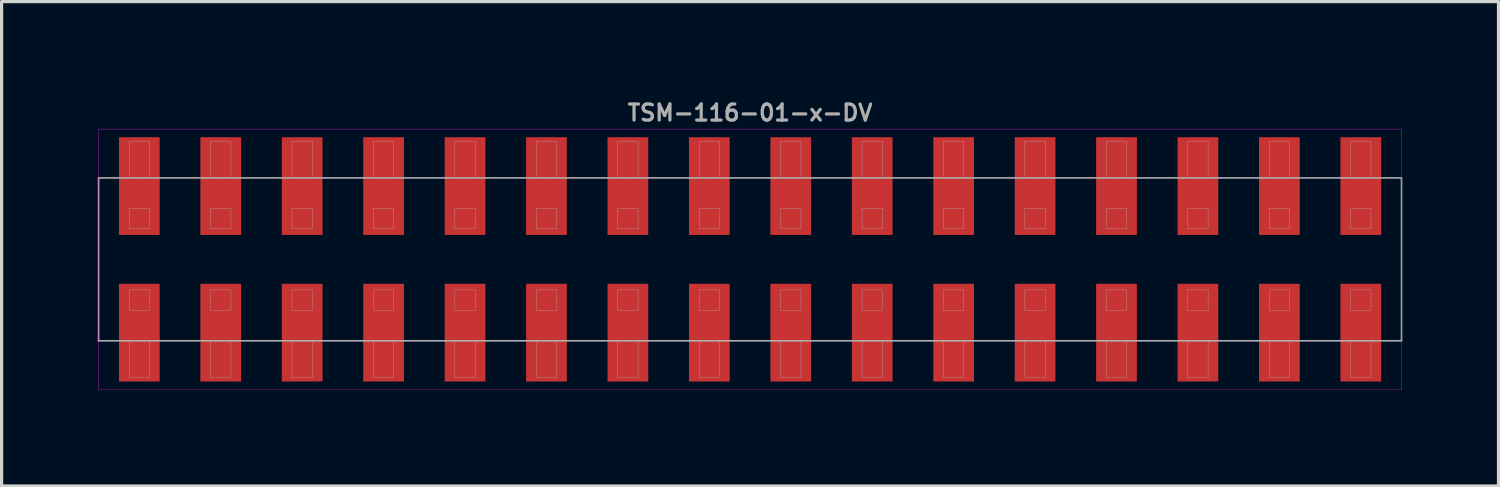
<source format=kicad_pcb>
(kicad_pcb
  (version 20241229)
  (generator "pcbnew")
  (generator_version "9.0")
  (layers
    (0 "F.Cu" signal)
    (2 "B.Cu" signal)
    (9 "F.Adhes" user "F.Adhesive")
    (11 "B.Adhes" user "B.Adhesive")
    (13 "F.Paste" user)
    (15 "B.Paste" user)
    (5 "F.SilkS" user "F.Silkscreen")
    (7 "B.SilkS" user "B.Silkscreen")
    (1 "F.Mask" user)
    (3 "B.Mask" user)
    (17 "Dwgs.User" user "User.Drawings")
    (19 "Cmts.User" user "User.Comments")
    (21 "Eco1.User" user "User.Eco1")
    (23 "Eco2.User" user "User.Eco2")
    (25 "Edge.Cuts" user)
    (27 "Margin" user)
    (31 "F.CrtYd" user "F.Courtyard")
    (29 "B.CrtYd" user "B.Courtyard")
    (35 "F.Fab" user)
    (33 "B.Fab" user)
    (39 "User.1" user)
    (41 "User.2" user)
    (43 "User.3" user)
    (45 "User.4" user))
  (footprint "TSM-116-01-x-DV"
    (layer "F.Cu")
    (at 20.345 5.04)
    (property "Reference" "TSM-116-01-x-DV" (at 0 -4.572 0) (layer "F.Fab") (effects (font (size 0.5 0.5) (thickness 0.1))))
    (attr smd)
    (fp_line (start -20.32 -4.064) (end -20.32 4.064) (stroke (width 0.01) (type solid)) (layer "F.CrtYd"))
    (fp_line (start -20.32 4.064) (end 20.32 4.064) (stroke (width 0.01) (type solid)) (layer "F.CrtYd"))
    (fp_line (start 20.32 -4.064) (end -20.32 -4.064) (stroke (width 0.01) (type solid)) (layer "F.CrtYd"))
    (fp_line (start 20.32 4.064) (end 20.32 -4.064) (stroke (width 0.01) (type solid)) (layer "F.CrtYd"))
    (fp_line (start -20.32 -2.54) (end 20.32 -2.54) (stroke (width 0.05) (type solid)) (layer "F.Fab"))
    (fp_line (start -20.32 2.54) (end -20.32 -2.54) (stroke (width 0.05) (type solid)) (layer "F.Fab"))
    (fp_line (start -19.367 -3.683) (end -18.733 -3.683) (stroke (width 0.01) (type solid)) (layer "F.Fab"))
    (fp_line (start -19.367 -2.54) (end -19.367 -3.683) (stroke (width 0.01) (type solid)) (layer "F.Fab"))
    (fp_line (start -19.367 -1.587) (end -19.367 -0.953) (stroke (width 0.01) (type solid)) (layer "F.Fab"))
    (fp_line (start -19.367 -0.953) (end -18.733 -0.953) (stroke (width 0.01) (type solid)) (layer "F.Fab"))
    (fp_line (start -19.367 0.953) (end -19.367 1.587) (stroke (width 0.01) (type solid)) (layer "F.Fab"))
    (fp_line (start -19.367 1.587) (end -18.733 1.587) (stroke (width 0.01) (type solid)) (layer "F.Fab"))
    (fp_line (start -19.367 3.683) (end -19.367 2.54) (stroke (width 0.01) (type solid)) (layer "F.Fab"))
    (fp_line (start -18.733 -3.683) (end -18.733 -2.54) (stroke (width 0.01) (type solid)) (layer "F.Fab"))
    (fp_line (start -18.733 -1.587) (end -19.367 -1.587) (stroke (width 0.01) (type solid)) (layer "F.Fab"))
    (fp_line (start -18.733 -0.953) (end -18.733 -1.587) (stroke (width 0.01) (type solid)) (layer "F.Fab"))
    (fp_line (start -18.733 0.953) (end -19.367 0.953) (stroke (width 0.01) (type solid)) (layer "F.Fab"))
    (fp_line (start -18.733 1.587) (end -18.733 0.953) (stroke (width 0.01) (type solid)) (layer "F.Fab"))
    (fp_line (start -18.733 2.54) (end -18.733 3.683) (stroke (width 0.01) (type solid)) (layer "F.Fab"))
    (fp_line (start -18.733 3.683) (end -19.367 3.683) (stroke (width 0.01) (type solid)) (layer "F.Fab"))
    (fp_line (start -16.828 -3.683) (end -16.192 -3.683) (stroke (width 0.01) (type solid)) (layer "F.Fab"))
    (fp_line (start -16.828 -2.54) (end -16.828 -3.683) (stroke (width 0.01) (type solid)) (layer "F.Fab"))
    (fp_line (start -16.828 -1.587) (end -16.828 -0.953) (stroke (width 0.01) (type solid)) (layer "F.Fab"))
    (fp_line (start -16.828 -0.953) (end -16.192 -0.953) (stroke (width 0.01) (type solid)) (layer "F.Fab"))
    (fp_line (start -16.828 0.953) (end -16.828 1.587) (stroke (width 0.01) (type solid)) (layer "F.Fab"))
    (fp_line (start -16.828 1.587) (end -16.192 1.587) (stroke (width 0.01) (type solid)) (layer "F.Fab"))
    (fp_line (start -16.828 3.683) (end -16.828 2.54) (stroke (width 0.01) (type solid)) (layer "F.Fab"))
    (fp_line (start -16.192 -3.683) (end -16.192 -2.54) (stroke (width 0.01) (type solid)) (layer "F.Fab"))
    (fp_line (start -16.192 -1.587) (end -16.828 -1.587) (stroke (width 0.01) (type solid)) (layer "F.Fab"))
    (fp_line (start -16.192 -0.953) (end -16.192 -1.587) (stroke (width 0.01) (type solid)) (layer "F.Fab"))
    (fp_line (start -16.192 0.953) (end -16.828 0.953) (stroke (width 0.01) (type solid)) (layer "F.Fab"))
    (fp_line (start -16.192 1.587) (end -16.192 0.953) (stroke (width 0.01) (type solid)) (layer "F.Fab"))
    (fp_line (start -16.192 2.54) (end -16.192 3.683) (stroke (width 0.01) (type solid)) (layer "F.Fab"))
    (fp_line (start -16.192 3.683) (end -16.828 3.683) (stroke (width 0.01) (type solid)) (layer "F.Fab"))
    (fp_line (start -14.287 -3.683) (end -13.652 -3.683) (stroke (width 0.01) (type solid)) (layer "F.Fab"))
    (fp_line (start -14.287 -2.54) (end -14.287 -3.683) (stroke (width 0.01) (type solid)) (layer "F.Fab"))
    (fp_line (start -14.287 -1.587) (end -14.287 -0.953) (stroke (width 0.01) (type solid)) (layer "F.Fab"))
    (fp_line (start -14.287 -0.953) (end -13.652 -0.953) (stroke (width 0.01) (type solid)) (layer "F.Fab"))
    (fp_line (start -14.287 0.953) (end -14.287 1.587) (stroke (width 0.01) (type solid)) (layer "F.Fab"))
    (fp_line (start -14.287 1.587) (end -13.652 1.587) (stroke (width 0.01) (type solid)) (layer "F.Fab"))
    (fp_line (start -14.287 3.683) (end -14.287 2.54) (stroke (width 0.01) (type solid)) (layer "F.Fab"))
    (fp_line (start -13.652 -3.683) (end -13.652 -2.54) (stroke (width 0.01) (type solid)) (layer "F.Fab"))
    (fp_line (start -13.652 -1.587) (end -14.287 -1.587) (stroke (width 0.01) (type solid)) (layer "F.Fab"))
    (fp_line (start -13.652 -0.953) (end -13.652 -1.587) (stroke (width 0.01) (type solid)) (layer "F.Fab"))
    (fp_line (start -13.652 0.953) (end -14.287 0.953) (stroke (width 0.01) (type solid)) (layer "F.Fab"))
    (fp_line (start -13.652 1.587) (end -13.652 0.953) (stroke (width 0.01) (type solid)) (layer "F.Fab"))
    (fp_line (start -13.652 2.54) (end -13.652 3.683) (stroke (width 0.01) (type solid)) (layer "F.Fab"))
    (fp_line (start -13.652 3.683) (end -14.287 3.683) (stroke (width 0.01) (type solid)) (layer "F.Fab"))
    (fp_line (start -11.748 -3.683) (end -11.113 -3.683) (stroke (width 0.01) (type solid)) (layer "F.Fab"))
    (fp_line (start -11.748 -2.54) (end -11.748 -3.683) (stroke (width 0.01) (type solid)) (layer "F.Fab"))
    (fp_line (start -11.748 -1.587) (end -11.748 -0.953) (stroke (width 0.01) (type solid)) (layer "F.Fab"))
    (fp_line (start -11.748 -0.953) (end -11.113 -0.953) (stroke (width 0.01) (type solid)) (layer "F.Fab"))
    (fp_line (start -11.748 0.953) (end -11.748 1.587) (stroke (width 0.01) (type solid)) (layer "F.Fab"))
    (fp_line (start -11.748 1.587) (end -11.113 1.587) (stroke (width 0.01) (type solid)) (layer "F.Fab"))
    (fp_line (start -11.748 3.683) (end -11.748 2.54) (stroke (width 0.01) (type solid)) (layer "F.Fab"))
    (fp_line (start -11.113 -3.683) (end -11.113 -2.54) (stroke (width 0.01) (type solid)) (layer "F.Fab"))
    (fp_line (start -11.113 -1.587) (end -11.748 -1.587) (stroke (width 0.01) (type solid)) (layer "F.Fab"))
    (fp_line (start -11.113 -0.953) (end -11.113 -1.587) (stroke (width 0.01) (type solid)) (layer "F.Fab"))
    (fp_line (start -11.113 0.953) (end -11.748 0.953) (stroke (width 0.01) (type solid)) (layer "F.Fab"))
    (fp_line (start -11.113 1.587) (end -11.113 0.953) (stroke (width 0.01) (type solid)) (layer "F.Fab"))
    (fp_line (start -11.113 2.54) (end -11.113 3.683) (stroke (width 0.01) (type solid)) (layer "F.Fab"))
    (fp_line (start -11.113 3.683) (end -11.748 3.683) (stroke (width 0.01) (type solid)) (layer "F.Fab"))
    (fp_line (start -9.207 -3.683) (end -8.572 -3.683) (stroke (width 0.01) (type solid)) (layer "F.Fab"))
    (fp_line (start -9.207 -2.54) (end -9.207 -3.683) (stroke (width 0.01) (type solid)) (layer "F.Fab"))
    (fp_line (start -9.207 -1.587) (end -9.207 -0.953) (stroke (width 0.01) (type solid)) (layer "F.Fab"))
    (fp_line (start -9.207 -0.953) (end -8.572 -0.953) (stroke (width 0.01) (type solid)) (layer "F.Fab"))
    (fp_line (start -9.207 0.953) (end -9.207 1.587) (stroke (width 0.01) (type solid)) (layer "F.Fab"))
    (fp_line (start -9.207 1.587) (end -8.572 1.587) (stroke (width 0.01) (type solid)) (layer "F.Fab"))
    (fp_line (start -9.207 3.683) (end -9.207 2.54) (stroke (width 0.01) (type solid)) (layer "F.Fab"))
    (fp_line (start -8.572 -3.683) (end -8.572 -2.54) (stroke (width 0.01) (type solid)) (layer "F.Fab"))
    (fp_line (start -8.572 -1.587) (end -9.207 -1.587) (stroke (width 0.01) (type solid)) (layer "F.Fab"))
    (fp_line (start -8.572 -0.953) (end -8.572 -1.587) (stroke (width 0.01) (type solid)) (layer "F.Fab"))
    (fp_line (start -8.572 0.953) (end -9.207 0.953) (stroke (width 0.01) (type solid)) (layer "F.Fab"))
    (fp_line (start -8.572 1.587) (end -8.572 0.953) (stroke (width 0.01) (type solid)) (layer "F.Fab"))
    (fp_line (start -8.572 2.54) (end -8.572 3.683) (stroke (width 0.01) (type solid)) (layer "F.Fab"))
    (fp_line (start -8.572 3.683) (end -9.207 3.683) (stroke (width 0.01) (type solid)) (layer "F.Fab"))
    (fp_line (start -6.668 -3.683) (end -6.032 -3.683) (stroke (width 0.01) (type solid)) (layer "F.Fab"))
    (fp_line (start -6.668 -2.54) (end -6.668 -3.683) (stroke (width 0.01) (type solid)) (layer "F.Fab"))
    (fp_line (start -6.668 -1.587) (end -6.668 -0.953) (stroke (width 0.01) (type solid)) (layer "F.Fab"))
    (fp_line (start -6.668 -0.953) (end -6.032 -0.953) (stroke (width 0.01) (type solid)) (layer "F.Fab"))
    (fp_line (start -6.668 0.953) (end -6.668 1.587) (stroke (width 0.01) (type solid)) (layer "F.Fab"))
    (fp_line (start -6.668 1.587) (end -6.032 1.587) (stroke (width 0.01) (type solid)) (layer "F.Fab"))
    (fp_line (start -6.668 3.683) (end -6.668 2.54) (stroke (width 0.01) (type solid)) (layer "F.Fab"))
    (fp_line (start -6.032 -3.683) (end -6.032 -2.54) (stroke (width 0.01) (type solid)) (layer "F.Fab"))
    (fp_line (start -6.032 -1.587) (end -6.668 -1.587) (stroke (width 0.01) (type solid)) (layer "F.Fab"))
    (fp_line (start -6.032 -0.953) (end -6.032 -1.587) (stroke (width 0.01) (type solid)) (layer "F.Fab"))
    (fp_line (start -6.032 0.953) (end -6.668 0.953) (stroke (width 0.01) (type solid)) (layer "F.Fab"))
    (fp_line (start -6.032 1.587) (end -6.032 0.953) (stroke (width 0.01) (type solid)) (layer "F.Fab"))
    (fp_line (start -6.032 2.54) (end -6.032 3.683) (stroke (width 0.01) (type solid)) (layer "F.Fab"))
    (fp_line (start -6.032 3.683) (end -6.668 3.683) (stroke (width 0.01) (type solid)) (layer "F.Fab"))
    (fp_line (start -4.128 -3.683) (end -3.493 -3.683) (stroke (width 0.01) (type solid)) (layer "F.Fab"))
    (fp_line (start -4.128 -2.54) (end -4.128 -3.683) (stroke (width 0.01) (type solid)) (layer "F.Fab"))
    (fp_line (start -4.128 -1.587) (end -4.128 -0.953) (stroke (width 0.01) (type solid)) (layer "F.Fab"))
    (fp_line (start -4.128 -0.953) (end -3.493 -0.953) (stroke (width 0.01) (type solid)) (layer "F.Fab"))
    (fp_line (start -4.128 0.953) (end -4.128 1.587) (stroke (width 0.01) (type solid)) (layer "F.Fab"))
    (fp_line (start -4.128 1.587) (end -3.493 1.587) (stroke (width 0.01) (type solid)) (layer "F.Fab"))
    (fp_line (start -4.128 3.683) (end -4.128 2.54) (stroke (width 0.01) (type solid)) (layer "F.Fab"))
    (fp_line (start -3.493 -3.683) (end -3.493 -2.54) (stroke (width 0.01) (type solid)) (layer "F.Fab"))
    (fp_line (start -3.493 -1.587) (end -4.128 -1.587) (stroke (width 0.01) (type solid)) (layer "F.Fab"))
    (fp_line (start -3.493 -0.953) (end -3.493 -1.587) (stroke (width 0.01) (type solid)) (layer "F.Fab"))
    (fp_line (start -3.493 0.953) (end -4.128 0.953) (stroke (width 0.01) (type solid)) (layer "F.Fab"))
    (fp_line (start -3.493 1.587) (end -3.493 0.953) (stroke (width 0.01) (type solid)) (layer "F.Fab"))
    (fp_line (start -3.493 2.54) (end -3.493 3.683) (stroke (width 0.01) (type solid)) (layer "F.Fab"))
    (fp_line (start -3.493 3.683) (end -4.128 3.683) (stroke (width 0.01) (type solid)) (layer "F.Fab"))
    (fp_line (start -1.587 -3.683) (end -0.953 -3.683) (stroke (width 0.01) (type solid)) (layer "F.Fab"))
    (fp_line (start -1.587 -2.54) (end -1.587 -3.683) (stroke (width 0.01) (type solid)) (layer "F.Fab"))
    (fp_line (start -1.587 -1.587) (end -1.587 -0.953) (stroke (width 0.01) (type solid)) (layer "F.Fab"))
    (fp_line (start -1.587 -0.953) (end -0.953 -0.953) (stroke (width 0.01) (type solid)) (layer "F.Fab"))
    (fp_line (start -1.587 0.953) (end -1.587 1.587) (stroke (width 0.01) (type solid)) (layer "F.Fab"))
    (fp_line (start -1.587 1.587) (end -0.953 1.587) (stroke (width 0.01) (type solid)) (layer "F.Fab"))
    (fp_line (start -1.587 3.683) (end -1.587 2.54) (stroke (width 0.01) (type solid)) (layer "F.Fab"))
    (fp_line (start -0.953 -3.683) (end -0.953 -2.54) (stroke (width 0.01) (type solid)) (layer "F.Fab"))
    (fp_line (start -0.953 -1.587) (end -1.587 -1.587) (stroke (width 0.01) (type solid)) (layer "F.Fab"))
    (fp_line (start -0.953 -0.953) (end -0.953 -1.587) (stroke (width 0.01) (type solid)) (layer "F.Fab"))
    (fp_line (start -0.953 0.953) (end -1.587 0.953) (stroke (width 0.01) (type solid)) (layer "F.Fab"))
    (fp_line (start -0.953 1.587) (end -0.953 0.953) (stroke (width 0.01) (type solid)) (layer "F.Fab"))
    (fp_line (start -0.953 2.54) (end -0.953 3.683) (stroke (width 0.01) (type solid)) (layer "F.Fab"))
    (fp_line (start -0.953 3.683) (end -1.587 3.683) (stroke (width 0.01) (type solid)) (layer "F.Fab"))
    (fp_line (start 0.953 -3.683) (end 1.587 -3.683) (stroke (width 0.01) (type solid)) (layer "F.Fab"))
    (fp_line (start 0.953 -2.54) (end 0.953 -3.683) (stroke (width 0.01) (type solid)) (layer "F.Fab"))
    (fp_line (start 0.953 -1.587) (end 0.953 -0.953) (stroke (width 0.01) (type solid)) (layer "F.Fab"))
    (fp_line (start 0.953 -0.953) (end 1.587 -0.953) (stroke (width 0.01) (type solid)) (layer "F.Fab"))
    (fp_line (start 0.953 0.953) (end 0.953 1.587) (stroke (width 0.01) (type solid)) (layer "F.Fab"))
    (fp_line (start 0.953 1.587) (end 1.587 1.587) (stroke (width 0.01) (type solid)) (layer "F.Fab"))
    (fp_line (start 0.953 3.683) (end 0.953 2.54) (stroke (width 0.01) (type solid)) (layer "F.Fab"))
    (fp_line (start 1.587 -3.683) (end 1.587 -2.54) (stroke (width 0.01) (type solid)) (layer "F.Fab"))
    (fp_line (start 1.587 -1.587) (end 0.953 -1.587) (stroke (width 0.01) (type solid)) (layer "F.Fab"))
    (fp_line (start 1.587 -0.953) (end 1.587 -1.587) (stroke (width 0.01) (type solid)) (layer "F.Fab"))
    (fp_line (start 1.587 0.953) (end 0.953 0.953) (stroke (width 0.01) (type solid)) (layer "F.Fab"))
    (fp_line (start 1.587 1.587) (end 1.587 0.953) (stroke (width 0.01) (type solid)) (layer "F.Fab"))
    (fp_line (start 1.587 2.54) (end 1.587 3.683) (stroke (width 0.01) (type solid)) (layer "F.Fab"))
    (fp_line (start 1.587 3.683) (end 0.953 3.683) (stroke (width 0.01) (type solid)) (layer "F.Fab"))
    (fp_line (start 3.493 -3.683) (end 4.128 -3.683) (stroke (width 0.01) (type solid)) (layer "F.Fab"))
    (fp_line (start 3.493 -2.54) (end 3.493 -3.683) (stroke (width 0.01) (type solid)) (layer "F.Fab"))
    (fp_line (start 3.493 -1.587) (end 3.493 -0.953) (stroke (width 0.01) (type solid)) (layer "F.Fab"))
    (fp_line (start 3.493 -0.953) (end 4.128 -0.953) (stroke (width 0.01) (type solid)) (layer "F.Fab"))
    (fp_line (start 3.493 0.953) (end 3.493 1.587) (stroke (width 0.01) (type solid)) (layer "F.Fab"))
    (fp_line (start 3.493 1.587) (end 4.128 1.587) (stroke (width 0.01) (type solid)) (layer "F.Fab"))
    (fp_line (start 3.493 3.683) (end 3.493 2.54) (stroke (width 0.01) (type solid)) (layer "F.Fab"))
    (fp_line (start 4.128 -3.683) (end 4.128 -2.54) (stroke (width 0.01) (type solid)) (layer "F.Fab"))
    (fp_line (start 4.128 -1.587) (end 3.493 -1.587) (stroke (width 0.01) (type solid)) (layer "F.Fab"))
    (fp_line (start 4.128 -0.953) (end 4.128 -1.587) (stroke (width 0.01) (type solid)) (layer "F.Fab"))
    (fp_line (start 4.128 0.953) (end 3.493 0.953) (stroke (width 0.01) (type solid)) (layer "F.Fab"))
    (fp_line (start 4.128 1.587) (end 4.128 0.953) (stroke (width 0.01) (type solid)) (layer "F.Fab"))
    (fp_line (start 4.128 2.54) (end 4.128 3.683) (stroke (width 0.01) (type solid)) (layer "F.Fab"))
    (fp_line (start 4.128 3.683) (end 3.493 3.683) (stroke (width 0.01) (type solid)) (layer "F.Fab"))
    (fp_line (start 6.032 -3.683) (end 6.668 -3.683) (stroke (width 0.01) (type solid)) (layer "F.Fab"))
    (fp_line (start 6.032 -2.54) (end 6.032 -3.683) (stroke (width 0.01) (type solid)) (layer "F.Fab"))
    (fp_line (start 6.032 -1.587) (end 6.032 -0.953) (stroke (width 0.01) (type solid)) (layer "F.Fab"))
    (fp_line (start 6.032 -0.953) (end 6.668 -0.953) (stroke (width 0.01) (type solid)) (layer "F.Fab"))
    (fp_line (start 6.032 0.953) (end 6.032 1.587) (stroke (width 0.01) (type solid)) (layer "F.Fab"))
    (fp_line (start 6.032 1.587) (end 6.668 1.587) (stroke (width 0.01) (type solid)) (layer "F.Fab"))
    (fp_line (start 6.032 3.683) (end 6.032 2.54) (stroke (width 0.01) (type solid)) (layer "F.Fab"))
    (fp_line (start 6.668 -3.683) (end 6.668 -2.54) (stroke (width 0.01) (type solid)) (layer "F.Fab"))
    (fp_line (start 6.668 -1.587) (end 6.032 -1.587) (stroke (width 0.01) (type solid)) (layer "F.Fab"))
    (fp_line (start 6.668 -0.953) (end 6.668 -1.587) (stroke (width 0.01) (type solid)) (layer "F.Fab"))
    (fp_line (start 6.668 0.953) (end 6.032 0.953) (stroke (width 0.01) (type solid)) (layer "F.Fab"))
    (fp_line (start 6.668 1.587) (end 6.668 0.953) (stroke (width 0.01) (type solid)) (layer "F.Fab"))
    (fp_line (start 6.668 2.54) (end 6.668 3.683) (stroke (width 0.01) (type solid)) (layer "F.Fab"))
    (fp_line (start 6.668 3.683) (end 6.032 3.683) (stroke (width 0.01) (type solid)) (layer "F.Fab"))
    (fp_line (start 8.572 -3.683) (end 9.207 -3.683) (stroke (width 0.01) (type solid)) (layer "F.Fab"))
    (fp_line (start 8.572 -2.54) (end 8.572 -3.683) (stroke (width 0.01) (type solid)) (layer "F.Fab"))
    (fp_line (start 8.572 -1.587) (end 8.572 -0.953) (stroke (width 0.01) (type solid)) (layer "F.Fab"))
    (fp_line (start 8.572 -0.953) (end 9.207 -0.953) (stroke (width 0.01) (type solid)) (layer "F.Fab"))
    (fp_line (start 8.572 0.953) (end 8.572 1.587) (stroke (width 0.01) (type solid)) (layer "F.Fab"))
    (fp_line (start 8.572 1.587) (end 9.207 1.587) (stroke (width 0.01) (type solid)) (layer "F.Fab"))
    (fp_line (start 8.572 3.683) (end 8.572 2.54) (stroke (width 0.01) (type solid)) (layer "F.Fab"))
    (fp_line (start 9.207 -3.683) (end 9.207 -2.54) (stroke (width 0.01) (type solid)) (layer "F.Fab"))
    (fp_line (start 9.207 -1.587) (end 8.572 -1.587) (stroke (width 0.01) (type solid)) (layer "F.Fab"))
    (fp_line (start 9.207 -0.953) (end 9.207 -1.587) (stroke (width 0.01) (type solid)) (layer "F.Fab"))
    (fp_line (start 9.207 0.953) (end 8.572 0.953) (stroke (width 0.01) (type solid)) (layer "F.Fab"))
    (fp_line (start 9.207 1.587) (end 9.207 0.953) (stroke (width 0.01) (type solid)) (layer "F.Fab"))
    (fp_line (start 9.207 2.54) (end 9.207 3.683) (stroke (width 0.01) (type solid)) (layer "F.Fab"))
    (fp_line (start 9.207 3.683) (end 8.572 3.683) (stroke (width 0.01) (type solid)) (layer "F.Fab"))
    (fp_line (start 11.113 -3.683) (end 11.748 -3.683) (stroke (width 0.01) (type solid)) (layer "F.Fab"))
    (fp_line (start 11.113 -2.54) (end 11.113 -3.683) (stroke (width 0.01) (type solid)) (layer "F.Fab"))
    (fp_line (start 11.113 -1.587) (end 11.113 -0.953) (stroke (width 0.01) (type solid)) (layer "F.Fab"))
    (fp_line (start 11.113 -0.953) (end 11.748 -0.953) (stroke (width 0.01) (type solid)) (layer "F.Fab"))
    (fp_line (start 11.113 0.953) (end 11.113 1.587) (stroke (width 0.01) (type solid)) (layer "F.Fab"))
    (fp_line (start 11.113 1.587) (end 11.748 1.587) (stroke (width 0.01) (type solid)) (layer "F.Fab"))
    (fp_line (start 11.113 3.683) (end 11.113 2.54) (stroke (width 0.01) (type solid)) (layer "F.Fab"))
    (fp_line (start 11.748 -3.683) (end 11.748 -2.54) (stroke (width 0.01) (type solid)) (layer "F.Fab"))
    (fp_line (start 11.748 -1.587) (end 11.113 -1.587) (stroke (width 0.01) (type solid)) (layer "F.Fab"))
    (fp_line (start 11.748 -0.953) (end 11.748 -1.587) (stroke (width 0.01) (type solid)) (layer "F.Fab"))
    (fp_line (start 11.748 0.953) (end 11.113 0.953) (stroke (width 0.01) (type solid)) (layer "F.Fab"))
    (fp_line (start 11.748 1.587) (end 11.748 0.953) (stroke (width 0.01) (type solid)) (layer "F.Fab"))
    (fp_line (start 11.748 2.54) (end 11.748 3.683) (stroke (width 0.01) (type solid)) (layer "F.Fab"))
    (fp_line (start 11.748 3.683) (end 11.113 3.683) (stroke (width 0.01) (type solid)) (layer "F.Fab"))
    (fp_line (start 13.652 -3.683) (end 14.287 -3.683) (stroke (width 0.01) (type solid)) (layer "F.Fab"))
    (fp_line (start 13.652 -2.54) (end 13.652 -3.683) (stroke (width 0.01) (type solid)) (layer "F.Fab"))
    (fp_line (start 13.652 -1.587) (end 13.652 -0.953) (stroke (width 0.01) (type solid)) (layer "F.Fab"))
    (fp_line (start 13.652 -0.953) (end 14.287 -0.953) (stroke (width 0.01) (type solid)) (layer "F.Fab"))
    (fp_line (start 13.652 0.953) (end 13.652 1.587) (stroke (width 0.01) (type solid)) (layer "F.Fab"))
    (fp_line (start 13.652 1.587) (end 14.287 1.587) (stroke (width 0.01) (type solid)) (layer "F.Fab"))
    (fp_line (start 13.652 3.683) (end 13.652 2.54) (stroke (width 0.01) (type solid)) (layer "F.Fab"))
    (fp_line (start 14.287 -3.683) (end 14.287 -2.54) (stroke (width 0.01) (type solid)) (layer "F.Fab"))
    (fp_line (start 14.287 -1.587) (end 13.652 -1.587) (stroke (width 0.01) (type solid)) (layer "F.Fab"))
    (fp_line (start 14.287 -0.953) (end 14.287 -1.587) (stroke (width 0.01) (type solid)) (layer "F.Fab"))
    (fp_line (start 14.287 0.953) (end 13.652 0.953) (stroke (width 0.01) (type solid)) (layer "F.Fab"))
    (fp_line (start 14.287 1.587) (end 14.287 0.953) (stroke (width 0.01) (type solid)) (layer "F.Fab"))
    (fp_line (start 14.287 2.54) (end 14.287 3.683) (stroke (width 0.01) (type solid)) (layer "F.Fab"))
    (fp_line (start 14.287 3.683) (end 13.652 3.683) (stroke (width 0.01) (type solid)) (layer "F.Fab"))
    (fp_line (start 16.192 -3.683) (end 16.828 -3.683) (stroke (width 0.01) (type solid)) (layer "F.Fab"))
    (fp_line (start 16.192 -2.54) (end 16.192 -3.683) (stroke (width 0.01) (type solid)) (layer "F.Fab"))
    (fp_line (start 16.192 -1.587) (end 16.192 -0.953) (stroke (width 0.01) (type solid)) (layer "F.Fab"))
    (fp_line (start 16.192 -0.953) (end 16.828 -0.953) (stroke (width 0.01) (type solid)) (layer "F.Fab"))
    (fp_line (start 16.192 0.953) (end 16.192 1.587) (stroke (width 0.01) (type solid)) (layer "F.Fab"))
    (fp_line (start 16.192 1.587) (end 16.828 1.587) (stroke (width 0.01) (type solid)) (layer "F.Fab"))
    (fp_line (start 16.192 3.683) (end 16.192 2.54) (stroke (width 0.01) (type solid)) (layer "F.Fab"))
    (fp_line (start 16.828 -3.683) (end 16.828 -2.54) (stroke (width 0.01) (type solid)) (layer "F.Fab"))
    (fp_line (start 16.828 -1.587) (end 16.192 -1.587) (stroke (width 0.01) (type solid)) (layer "F.Fab"))
    (fp_line (start 16.828 -0.953) (end 16.828 -1.587) (stroke (width 0.01) (type solid)) (layer "F.Fab"))
    (fp_line (start 16.828 0.953) (end 16.192 0.953) (stroke (width 0.01) (type solid)) (layer "F.Fab"))
    (fp_line (start 16.828 1.587) (end 16.828 0.953) (stroke (width 0.01) (type solid)) (layer "F.Fab"))
    (fp_line (start 16.828 2.54) (end 16.828 3.683) (stroke (width 0.01) (type solid)) (layer "F.Fab"))
    (fp_line (start 16.828 3.683) (end 16.192 3.683) (stroke (width 0.01) (type solid)) (layer "F.Fab"))
    (fp_line (start 18.733 -3.683) (end 19.367 -3.683) (stroke (width 0.01) (type solid)) (layer "F.Fab"))
    (fp_line (start 18.733 -2.54) (end 18.733 -3.683) (stroke (width 0.01) (type solid)) (layer "F.Fab"))
    (fp_line (start 18.733 -1.587) (end 18.733 -0.953) (stroke (width 0.01) (type solid)) (layer "F.Fab"))
    (fp_line (start 18.733 -0.953) (end 19.367 -0.953) (stroke (width 0.01) (type solid)) (layer "F.Fab"))
    (fp_line (start 18.733 0.953) (end 18.733 1.587) (stroke (width 0.01) (type solid)) (layer "F.Fab"))
    (fp_line (start 18.733 1.587) (end 19.367 1.587) (stroke (width 0.01) (type solid)) (layer "F.Fab"))
    (fp_line (start 18.733 3.683) (end 18.733 2.54) (stroke (width 0.01) (type solid)) (layer "F.Fab"))
    (fp_line (start 19.367 -3.683) (end 19.367 -2.54) (stroke (width 0.01) (type solid)) (layer "F.Fab"))
    (fp_line (start 19.367 -1.587) (end 18.733 -1.587) (stroke (width 0.01) (type solid)) (layer "F.Fab"))
    (fp_line (start 19.367 -0.953) (end 19.367 -1.587) (stroke (width 0.01) (type solid)) (layer "F.Fab"))
    (fp_line (start 19.367 0.953) (end 18.733 0.953) (stroke (width 0.01) (type solid)) (layer "F.Fab"))
    (fp_line (start 19.367 1.587) (end 19.367 0.953) (stroke (width 0.01) (type solid)) (layer "F.Fab"))
    (fp_line (start 19.367 2.54) (end 19.367 3.683) (stroke (width 0.01) (type solid)) (layer "F.Fab"))
    (fp_line (start 19.367 3.683) (end 18.733 3.683) (stroke (width 0.01) (type solid)) (layer "F.Fab"))
    (fp_line (start 20.32 -2.54) (end 20.32 2.54) (stroke (width 0.05) (type solid)) (layer "F.Fab"))
    (fp_line (start 20.32 2.54) (end -20.32 2.54) (stroke (width 0.05) (type solid)) (layer "F.Fab"))
    (pad "1" smd rect (at -19.05 2.286) (size 1.27 3.048) (layers "F.Cu" "F.Mask" "F.Paste"))
    (pad "2" smd rect (at -19.05 -2.286) (size 1.27 3.048) (layers "F.Cu" "F.Mask" "F.Paste"))
    (pad "3" smd rect (at -16.51 2.286) (size 1.27 3.048) (layers "F.Cu" "F.Mask" "F.Paste"))
    (pad "4" smd rect (at -16.51 -2.286) (size 1.27 3.048) (layers "F.Cu" "F.Mask" "F.Paste"))
    (pad "5" smd rect (at -13.97 2.286) (size 1.27 3.048) (layers "F.Cu" "F.Mask" "F.Paste"))
    (pad "6" smd rect (at -13.97 -2.286) (size 1.27 3.048) (layers "F.Cu" "F.Mask" "F.Paste"))
    (pad "7" smd rect (at -11.43 2.286) (size 1.27 3.048) (layers "F.Cu" "F.Mask" "F.Paste"))
    (pad "8" smd rect (at -11.43 -2.286) (size 1.27 3.048) (layers "F.Cu" "F.Mask" "F.Paste"))
    (pad "9" smd rect (at -8.89 2.286) (size 1.27 3.048) (layers "F.Cu" "F.Mask" "F.Paste"))
    (pad "10" smd rect (at -8.89 -2.286) (size 1.27 3.048) (layers "F.Cu" "F.Mask" "F.Paste"))
    (pad "11" smd rect (at -6.35 2.286) (size 1.27 3.048) (layers "F.Cu" "F.Mask" "F.Paste"))
    (pad "12" smd rect (at -6.35 -2.286) (size 1.27 3.048) (layers "F.Cu" "F.Mask" "F.Paste"))
    (pad "13" smd rect (at -3.81 2.286) (size 1.27 3.048) (layers "F.Cu" "F.Mask" "F.Paste"))
    (pad "14" smd rect (at -3.81 -2.286) (size 1.27 3.048) (layers "F.Cu" "F.Mask" "F.Paste"))
    (pad "15" smd rect (at -1.27 2.286) (size 1.27 3.048) (layers "F.Cu" "F.Mask" "F.Paste"))
    (pad "16" smd rect (at -1.27 -2.286) (size 1.27 3.048) (layers "F.Cu" "F.Mask" "F.Paste"))
    (pad "17" smd rect (at 1.27 2.286) (size 1.27 3.048) (layers "F.Cu" "F.Mask" "F.Paste"))
    (pad "18" smd rect (at 1.27 -2.286) (size 1.27 3.048) (layers "F.Cu" "F.Mask" "F.Paste"))
    (pad "19" smd rect (at 3.81 2.286) (size 1.27 3.048) (layers "F.Cu" "F.Mask" "F.Paste"))
    (pad "20" smd rect (at 3.81 -2.286) (size 1.27 3.048) (layers "F.Cu" "F.Mask" "F.Paste"))
    (pad "21" smd rect (at 6.35 2.286) (size 1.27 3.048) (layers "F.Cu" "F.Mask" "F.Paste"))
    (pad "22" smd rect (at 6.35 -2.286) (size 1.27 3.048) (layers "F.Cu" "F.Mask" "F.Paste"))
    (pad "23" smd rect (at 8.89 2.286) (size 1.27 3.048) (layers "F.Cu" "F.Mask" "F.Paste"))
    (pad "24" smd rect (at 8.89 -2.286) (size 1.27 3.048) (layers "F.Cu" "F.Mask" "F.Paste"))
    (pad "25" smd rect (at 11.43 2.286) (size 1.27 3.048) (layers "F.Cu" "F.Mask" "F.Paste"))
    (pad "26" smd rect (at 11.43 -2.286) (size 1.27 3.048) (layers "F.Cu" "F.Mask" "F.Paste"))
    (pad "27" smd rect (at 13.97 2.286) (size 1.27 3.048) (layers "F.Cu" "F.Mask" "F.Paste"))
    (pad "28" smd rect (at 13.97 -2.286) (size 1.27 3.048) (layers "F.Cu" "F.Mask" "F.Paste"))
    (pad "29" smd rect (at 16.51 2.286) (size 1.27 3.048) (layers "F.Cu" "F.Mask" "F.Paste"))
    (pad "30" smd rect (at 16.51 -2.286) (size 1.27 3.048) (layers "F.Cu" "F.Mask" "F.Paste"))
    (pad "31" smd rect (at 19.05 2.286) (size 1.27 3.048) (layers "F.Cu" "F.Mask" "F.Paste"))
    (pad "32" smd rect (at 19.05 -2.286) (size 1.27 3.048) (layers "F.Cu" "F.Mask" "F.Paste")))
  (gr_rect
    (start -3 -3)
    (end 43.69 12.109)
    (stroke (width 0.1) (type default))
    (fill no)
    (layer "Edge.Cuts")))
</source>
